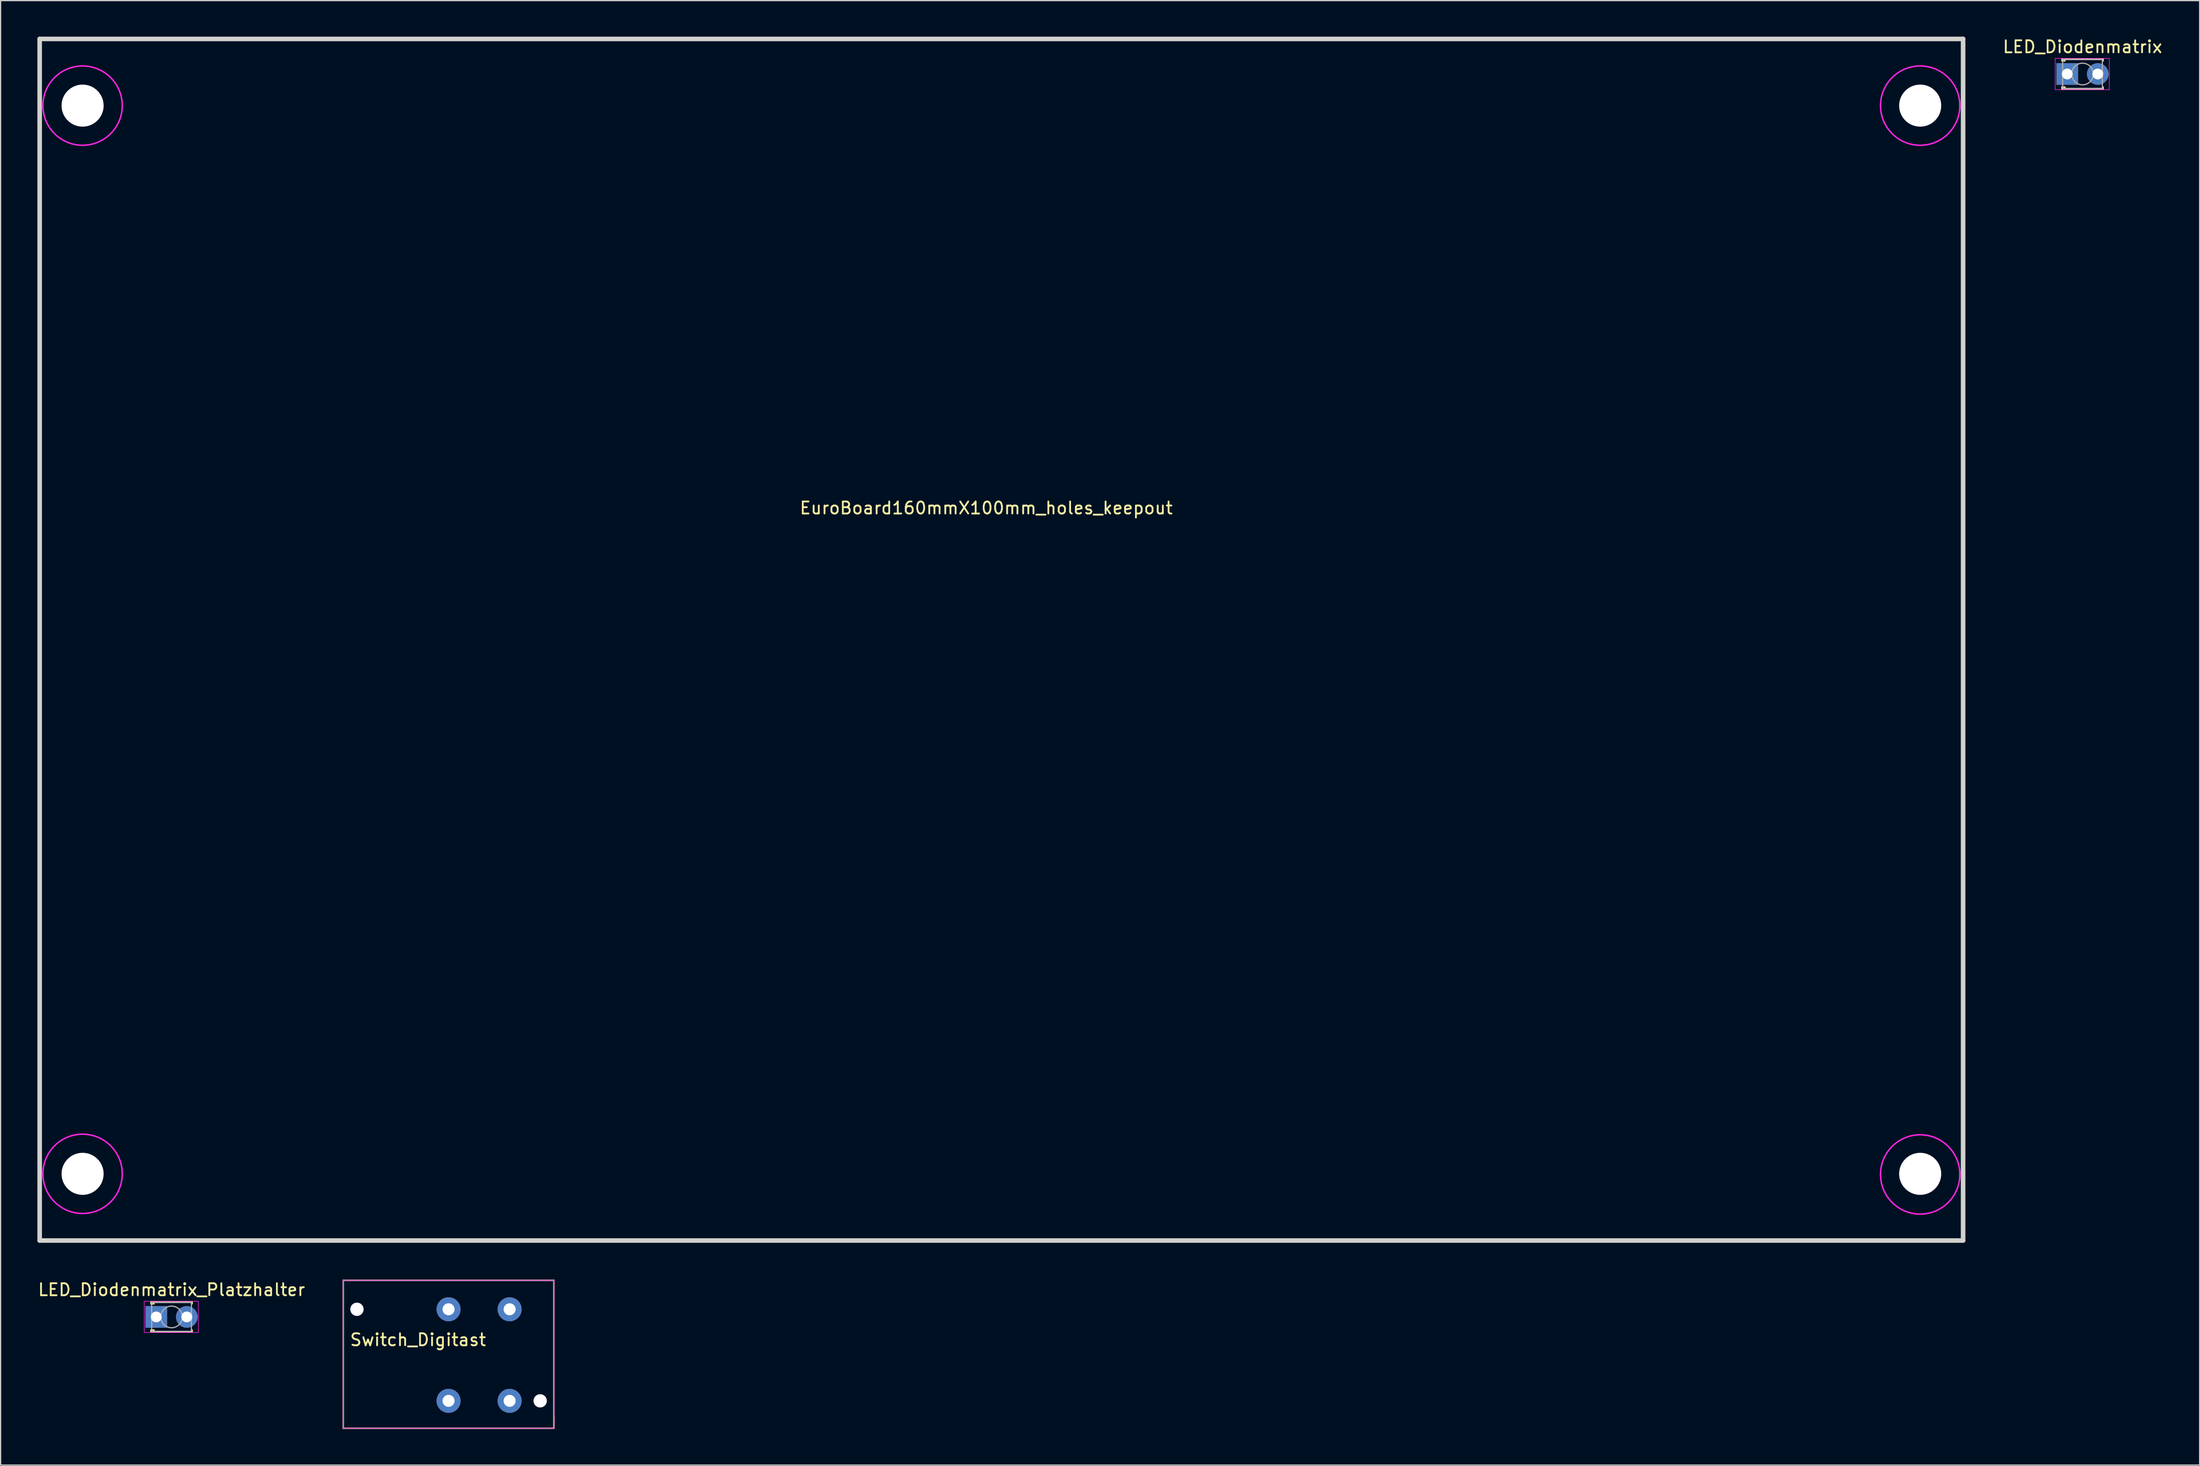
<source format=kicad_pcb>
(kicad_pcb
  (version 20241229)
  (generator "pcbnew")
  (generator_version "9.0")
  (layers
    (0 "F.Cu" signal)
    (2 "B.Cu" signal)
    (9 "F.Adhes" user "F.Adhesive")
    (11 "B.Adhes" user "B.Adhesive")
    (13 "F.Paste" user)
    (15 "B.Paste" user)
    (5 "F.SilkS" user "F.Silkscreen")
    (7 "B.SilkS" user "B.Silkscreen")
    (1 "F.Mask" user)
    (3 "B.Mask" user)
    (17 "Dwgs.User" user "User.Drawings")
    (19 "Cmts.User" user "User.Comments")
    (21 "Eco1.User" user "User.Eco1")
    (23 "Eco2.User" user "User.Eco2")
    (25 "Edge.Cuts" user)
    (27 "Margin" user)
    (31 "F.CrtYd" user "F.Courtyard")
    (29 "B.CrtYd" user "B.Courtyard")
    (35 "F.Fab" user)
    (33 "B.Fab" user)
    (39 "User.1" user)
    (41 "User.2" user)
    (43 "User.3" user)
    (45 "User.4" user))
  (footprint "Switch_Digitast"
    (layer "F.Cu")
    (at 34.263 105.913)
    (property "Reference" "Switch_Digitast" (at -2.54 2.54 0) (layer "F.SilkS") (effects (font (size 1 1) (thickness 0.15))))
    (attr through_hole)
    (fp_line (start -8.763 -2.413) (end -8.763 9.906) (stroke (width 0.12) (type solid)) (layer "F.SilkS"))
    (fp_line (start -8.763 9.906) (end 8.763 9.906) (stroke (width 0.12) (type solid)) (layer "F.SilkS"))
    (fp_line (start 8.763 -2.413) (end -8.763 -2.413) (stroke (width 0.12) (type solid)) (layer "F.SilkS"))
    (fp_line (start 8.763 9.906) (end 8.763 -2.413) (stroke (width 0.12) (type solid)) (layer "F.SilkS"))
    (fp_line (start -8.763 -2.413) (end -8.763 9.906) (stroke (width 0.05) (type solid)) (layer "F.CrtYd"))
    (fp_line (start -8.763 9.906) (end 8.763 9.906) (stroke (width 0.05) (type solid)) (layer "F.CrtYd"))
    (fp_line (start 8.763 -2.413) (end -8.763 -2.413) (stroke (width 0.05) (type solid)) (layer "F.CrtYd"))
    (fp_line (start 8.763 9.906) (end 8.763 -2.413) (stroke (width 0.05) (type solid)) (layer "F.CrtYd"))
    (fp_line (start -8.763 -2.413) (end -8.763 9.906) (stroke (width 0.1) (type solid)) (layer "F.Fab"))
    (fp_line (start -8.763 9.906) (end 8.763 9.906) (stroke (width 0.1) (type solid)) (layer "F.Fab"))
    (fp_line (start 8.763 -2.413) (end -8.763 -2.413) (stroke (width 0.1) (type solid)) (layer "F.Fab"))
    (fp_line (start 8.763 -2.413) (end 8.763 8.89) (stroke (width 0.1) (type solid)) (layer "F.Fab"))
    (pad "0" thru_hole circle (at 0 0) (size 2 2) (drill 1) (layers "*.Cu" "*.Mask"))
    (pad "0" thru_hole circle (at 0 7.62) (size 2 2) (drill 1) (layers "*.Cu" "*.Mask"))
    (pad "1" thru_hole circle (at 5.08 7.62) (size 2 2) (drill 1) (layers "*.Cu" "*.Mask"))
    (pad "2" thru_hole circle (at 5.08 0) (size 2 2) (drill 1) (layers "*.Cu" "*.Mask"))
    (pad "5" thru_hole circle (at -7.62 0) (size 1.1 1.1) (drill 1.1) (layers "*.Cu" "*.Mask"))
    (pad "6" thru_hole circle (at 7.62 7.62) (size 1.1 1.1) (drill 1.1) (layers "*.Cu" "*.Mask")))
  (footprint "LED_Diodenmatrix_Platzhalter"
    (layer "F.Cu")
    (at 9.95 106.548)
    (property "Reference" "LED_Diodenmatrix_Platzhalter" (at 1.27 -2.26 0) (layer "F.SilkS") (effects (font (size 1 1) (thickness 0.15))))
    (attr through_hole)
    (fp_line (start -0.44 -1.26) (end -0.44 -1.08) (stroke (width 0.12) (type solid)) (layer "F.SilkS"))
    (fp_line (start -0.44 -1.26) (end 2.98 -1.26) (stroke (width 0.12) (type solid)) (layer "F.SilkS"))
    (fp_line (start -0.44 1.08) (end -0.44 1.26) (stroke (width 0.12) (type solid)) (layer "F.SilkS"))
    (fp_line (start -0.44 1.26) (end 2.98 1.26) (stroke (width 0.12) (type solid)) (layer "F.SilkS"))
    (fp_line (start -0.32 -1.26) (end -0.32 -1.08) (stroke (width 0.12) (type solid)) (layer "F.SilkS"))
    (fp_line (start -0.32 1.08) (end -0.32 1.26) (stroke (width 0.12) (type solid)) (layer "F.SilkS"))
    (fp_line (start -0.2 -1.26) (end -0.2 -1.08) (stroke (width 0.12) (type solid)) (layer "F.SilkS"))
    (fp_line (start -0.2 1.08) (end -0.2 1.26) (stroke (width 0.12) (type solid)) (layer "F.SilkS"))
    (fp_line (start 2.98 -1.26) (end 2.98 -1.095) (stroke (width 0.12) (type solid)) (layer "F.SilkS"))
    (fp_line (start 2.98 1.095) (end 2.98 1.26) (stroke (width 0.12) (type solid)) (layer "F.SilkS"))
    (fp_line (start -1 -1.3) (end -1 1.3) (stroke (width 0.05) (type solid)) (layer "F.CrtYd"))
    (fp_line (start -1 1.3) (end 3.5 1.3) (stroke (width 0.05) (type solid)) (layer "F.CrtYd"))
    (fp_line (start 3.5 -1.3) (end -1 -1.3) (stroke (width 0.05) (type solid)) (layer "F.CrtYd"))
    (fp_line (start 3.5 1.3) (end 3.5 -1.3) (stroke (width 0.05) (type solid)) (layer "F.CrtYd"))
    (fp_line (start -0.38 -1.2) (end -0.38 1.2) (stroke (width 0.1) (type solid)) (layer "F.Fab"))
    (fp_line (start -0.38 1.2) (end 2.92 1.2) (stroke (width 0.1) (type solid)) (layer "F.Fab"))
    (fp_line (start 2.92 -1.2) (end -0.38 -1.2) (stroke (width 0.1) (type solid)) (layer "F.Fab"))
    (fp_line (start 2.92 1.2) (end 2.92 -1.2) (stroke (width 0.1) (type solid)) (layer "F.Fab"))
    (fp_circle (center 1.27 0) (end 2.17 0) (stroke (width 0.1) (type solid)) (fill no) (layer "F.Fab"))
    (pad "1" thru_hole rect (at 0 0) (size 1.8 1.8) (drill 0.9) (layers "*.Cu" "*.Mask"))
    (pad "2" thru_hole circle (at 2.54 0) (size 1.8 1.8) (drill 0.9) (layers "*.Cu" "*.Mask")))
  (footprint "EuroBoard160mmX100mm_holes_keepout"
    (layer "F.Cu")
    (at 0.25 100.19)
    (property "Reference" "EuroBoard160mmX100mm_holes_keepout" (at 78.74 -60.96 0) (layer "F.SilkS") (effects (font (size 1 1) (thickness 0.15))))
    (attr through_hole)
    (fp_line (start 0 -100) (end 0 0) (stroke (width 0.38) (type solid)) (layer "Edge.Cuts"))
    (fp_line (start 0 0) (end 160 0) (stroke (width 0.38) (type solid)) (layer "Edge.Cuts"))
    (fp_line (start 160 -100) (end 0 -100) (stroke (width 0.38) (type solid)) (layer "Edge.Cuts"))
    (fp_line (start 160 0) (end 160 -100) (stroke (width 0.38) (type solid)) (layer "Edge.Cuts"))
    (fp_circle (center 3.57 -94.45) (end 6.87 -94.45) (stroke (width 0.12) (type solid)) (fill no) (layer "F.CrtYd"))
    (fp_circle (center 3.57 -5.55) (end 6.87 -5.55) (stroke (width 0.12) (type solid)) (fill no) (layer "F.CrtYd"))
    (fp_circle (center 156.43 -94.45) (end 159.73 -94.45) (stroke (width 0.12) (type solid)) (fill no) (layer "F.CrtYd"))
    (fp_circle (center 156.43 -5.5) (end 159.73 -5.5) (stroke (width 0.12) (type solid)) (fill no) (layer "F.CrtYd"))
    (pad "" np_thru_hole circle (at 3.57 -94.45) (size 3.5 3.5) (drill 3.5) (layers "*.Cu" "*.Mask"))
    (pad "" np_thru_hole circle (at 3.57 -5.55) (size 3.5 3.5) (drill 3.5) (layers "*.Cu" "*.Mask"))
    (pad "" np_thru_hole circle (at 156.43 -94.45) (size 3.5 3.5) (drill 3.5) (layers "*.Cu" "*.Mask"))
    (pad "" np_thru_hole circle (at 156.43 -5.55) (size 3.5 3.5) (drill 3.5) (layers "*.Cu" "*.Mask")))
  (footprint "LED_Diodenmatrix"
    (layer "F.Cu")
    (at 168.914 3.108)
    (property "Reference" "LED_Diodenmatrix" (at 1.27 -2.26 0) (layer "F.SilkS") (effects (font (size 1 1) (thickness 0.15))))
    (attr through_hole)
    (fp_line (start -0.44 -1.26) (end -0.44 -1.08) (stroke (width 0.12) (type solid)) (layer "F.SilkS"))
    (fp_line (start -0.44 -1.26) (end 2.98 -1.26) (stroke (width 0.12) (type solid)) (layer "F.SilkS"))
    (fp_line (start -0.44 1.08) (end -0.44 1.26) (stroke (width 0.12) (type solid)) (layer "F.SilkS"))
    (fp_line (start -0.44 1.26) (end 2.98 1.26) (stroke (width 0.12) (type solid)) (layer "F.SilkS"))
    (fp_line (start -0.32 -1.26) (end -0.32 -1.08) (stroke (width 0.12) (type solid)) (layer "F.SilkS"))
    (fp_line (start -0.32 1.08) (end -0.32 1.26) (stroke (width 0.12) (type solid)) (layer "F.SilkS"))
    (fp_line (start -0.2 -1.26) (end -0.2 -1.08) (stroke (width 0.12) (type solid)) (layer "F.SilkS"))
    (fp_line (start -0.2 1.08) (end -0.2 1.26) (stroke (width 0.12) (type solid)) (layer "F.SilkS"))
    (fp_line (start 2.98 -1.26) (end 2.98 -1.095) (stroke (width 0.12) (type solid)) (layer "F.SilkS"))
    (fp_line (start 2.98 1.095) (end 2.98 1.26) (stroke (width 0.12) (type solid)) (layer "F.SilkS"))
    (fp_line (start -1 -1.3) (end -1 1.3) (stroke (width 0.05) (type solid)) (layer "F.CrtYd"))
    (fp_line (start -1 1.3) (end 3.5 1.3) (stroke (width 0.05) (type solid)) (layer "F.CrtYd"))
    (fp_line (start 3.5 -1.3) (end -1 -1.3) (stroke (width 0.05) (type solid)) (layer "F.CrtYd"))
    (fp_line (start 3.5 1.3) (end 3.5 -1.3) (stroke (width 0.05) (type solid)) (layer "F.CrtYd"))
    (fp_line (start -0.38 -1.2) (end -0.38 1.2) (stroke (width 0.1) (type solid)) (layer "F.Fab"))
    (fp_line (start -0.38 1.2) (end 2.92 1.2) (stroke (width 0.1) (type solid)) (layer "F.Fab"))
    (fp_line (start 2.92 -1.2) (end -0.38 -1.2) (stroke (width 0.1) (type solid)) (layer "F.Fab"))
    (fp_line (start 2.92 1.2) (end 2.92 -1.2) (stroke (width 0.1) (type solid)) (layer "F.Fab"))
    (fp_circle (center 1.27 0) (end 2.17 0) (stroke (width 0.1) (type solid)) (fill no) (layer "F.Fab"))
    (pad "1" thru_hole rect (at 0 0) (size 1.8 1.8) (drill 0.9) (layers "*.Cu" "*.Mask"))
    (pad "2" thru_hole circle (at 2.54 0) (size 1.8 1.8) (drill 0.9) (layers "*.Cu" "*.Mask")))
  (gr_rect
    (start -3 -3)
    (end 179.928 118.879)
    (stroke (width 0.1) (type default))
    (fill no)
    (layer "Edge.Cuts")))
</source>
